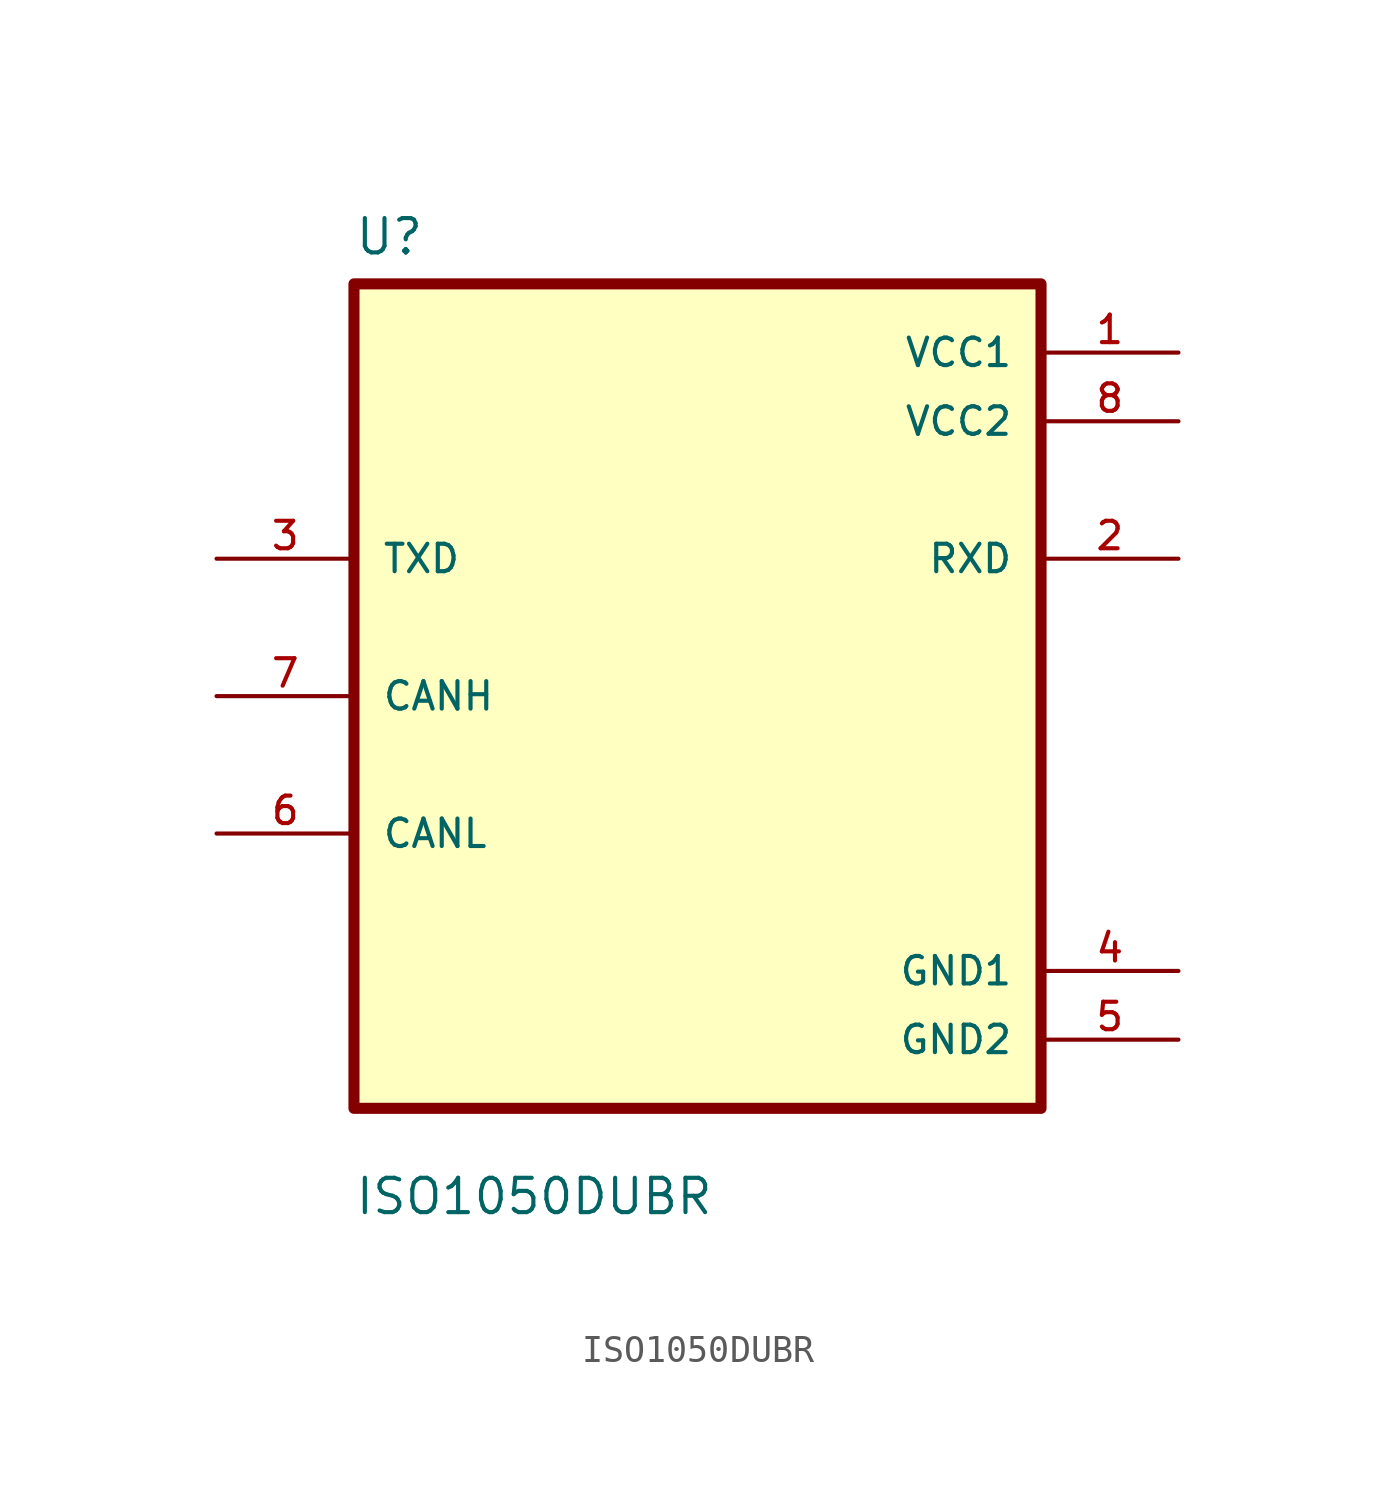
<source format=kicad_sym>
(kicad_symbol_lib
  (version 20211014)
  (generator kicad_symbol_editor)
  (symbol "ISO1050DUBR"
    (pin_names
      (offset 1.016))
    (property "Reference" "U"
      (at -12.7 16.24 0.0)
      (effects (font (size 1.27 1.27)) (justify bottom left)))
    (property "Value" "ISO1050DUBR"
      (at -12.7 -19.24 0.0)
      (effects (font (size 1.27 1.27)) (justify bottom left)))
    (symbol "ISO1050DUBR_0_0"
      (rectangle (start -12.7 -15.24) (end 12.7 15.24) (stroke (width 0.41)) (fill (type background)))
      (pin input line (at -17.78 5.08 0) (length 5.08) (name "TXD" (effects (font (size 1.016 1.016)))) (number "3" (effects (font (size 1.016 1.016)))))
      (pin bidirectional line (at -17.78 0.0 0) (length 5.08) (name "CANH" (effects (font (size 1.016 1.016)))) (number "7" (effects (font (size 1.016 1.016)))))
      (pin bidirectional line (at -17.78 -5.08 0) (length 5.08) (name "CANL" (effects (font (size 1.016 1.016)))) (number "6" (effects (font (size 1.016 1.016)))))
      (pin power_in line (at 17.78 12.7 180.0) (length 5.08) (name "VCC1" (effects (font (size 1.016 1.016)))) (number "1" (effects (font (size 1.016 1.016)))))
      (pin power_in line (at 17.78 10.16 180.0) (length 5.08) (name "VCC2" (effects (font (size 1.016 1.016)))) (number "8" (effects (font (size 1.016 1.016)))))
      (pin output line (at 17.78 5.08 180.0) (length 5.08) (name "RXD" (effects (font (size 1.016 1.016)))) (number "2" (effects (font (size 1.016 1.016)))))
      (pin power_in line (at 17.78 -10.16 180.0) (length 5.08) (name "GND1" (effects (font (size 1.016 1.016)))) (number "4" (effects (font (size 1.016 1.016)))))
      (pin power_in line (at 17.78 -12.7 180.0) (length 5.08) (name "GND2" (effects (font (size 1.016 1.016)))) (number "5" (effects (font (size 1.016 1.016))))))))
</source>
